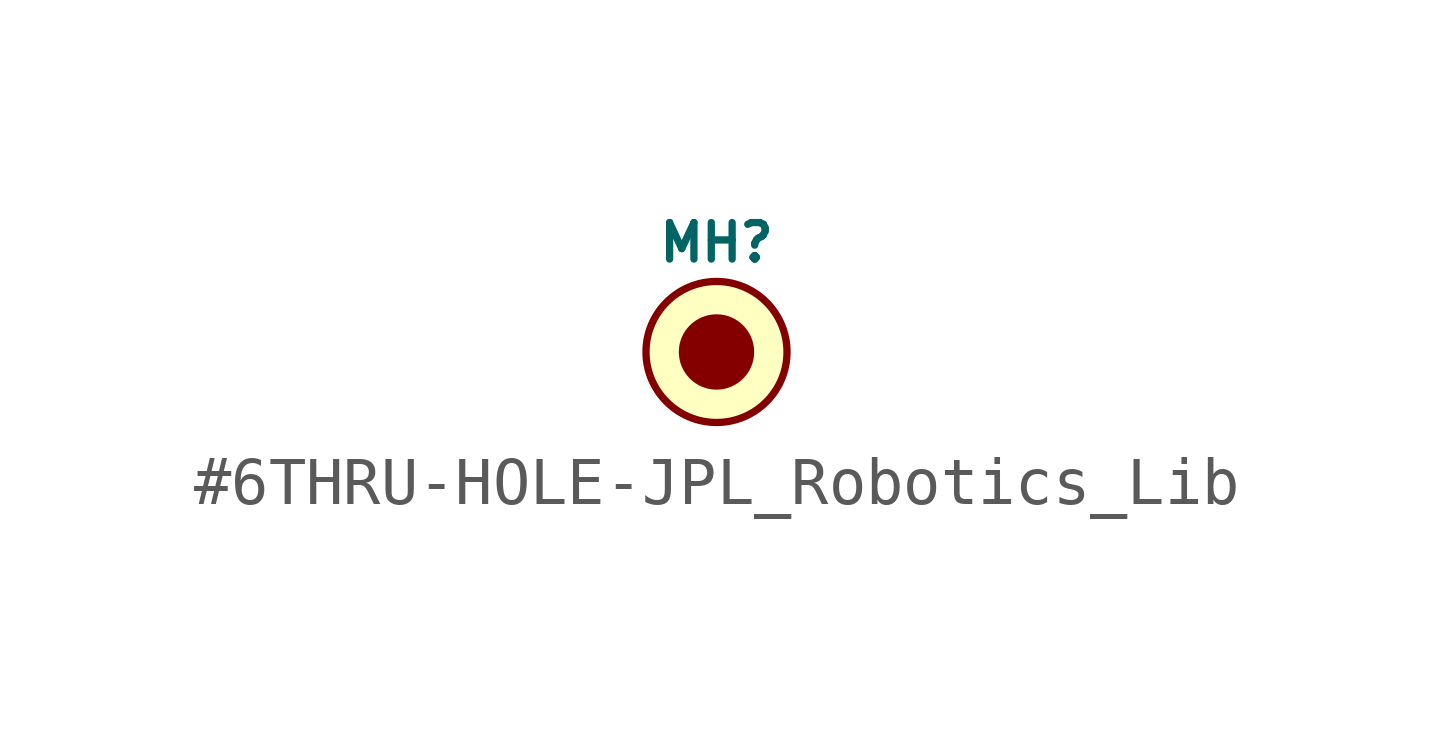
<source format=kicad_sym>
(kicad_symbol_lib
  (version 20231120)
  (generator "kicad_symbol_editor")
  (generator_version "8.0")
  (symbol "#6THRU-HOLE-JPL_Robotics_Lib"
    (pin_names
      (offset 1.016))
    (property "Reference" "MH"
      (at 0 2.286 0)
      (effects (font (size 0.762 0.762))))
    (symbol "#6THRU-HOLE-JPL_Robotics_Lib_0_1"
      (circle (center 0 0) (radius 0.711) (stroke (width 0) (type solid)) (fill (type outline)))
      (circle (center 0 0) (radius 1.473) (stroke (width 0) (type solid)) (fill (type background))))))
</source>
